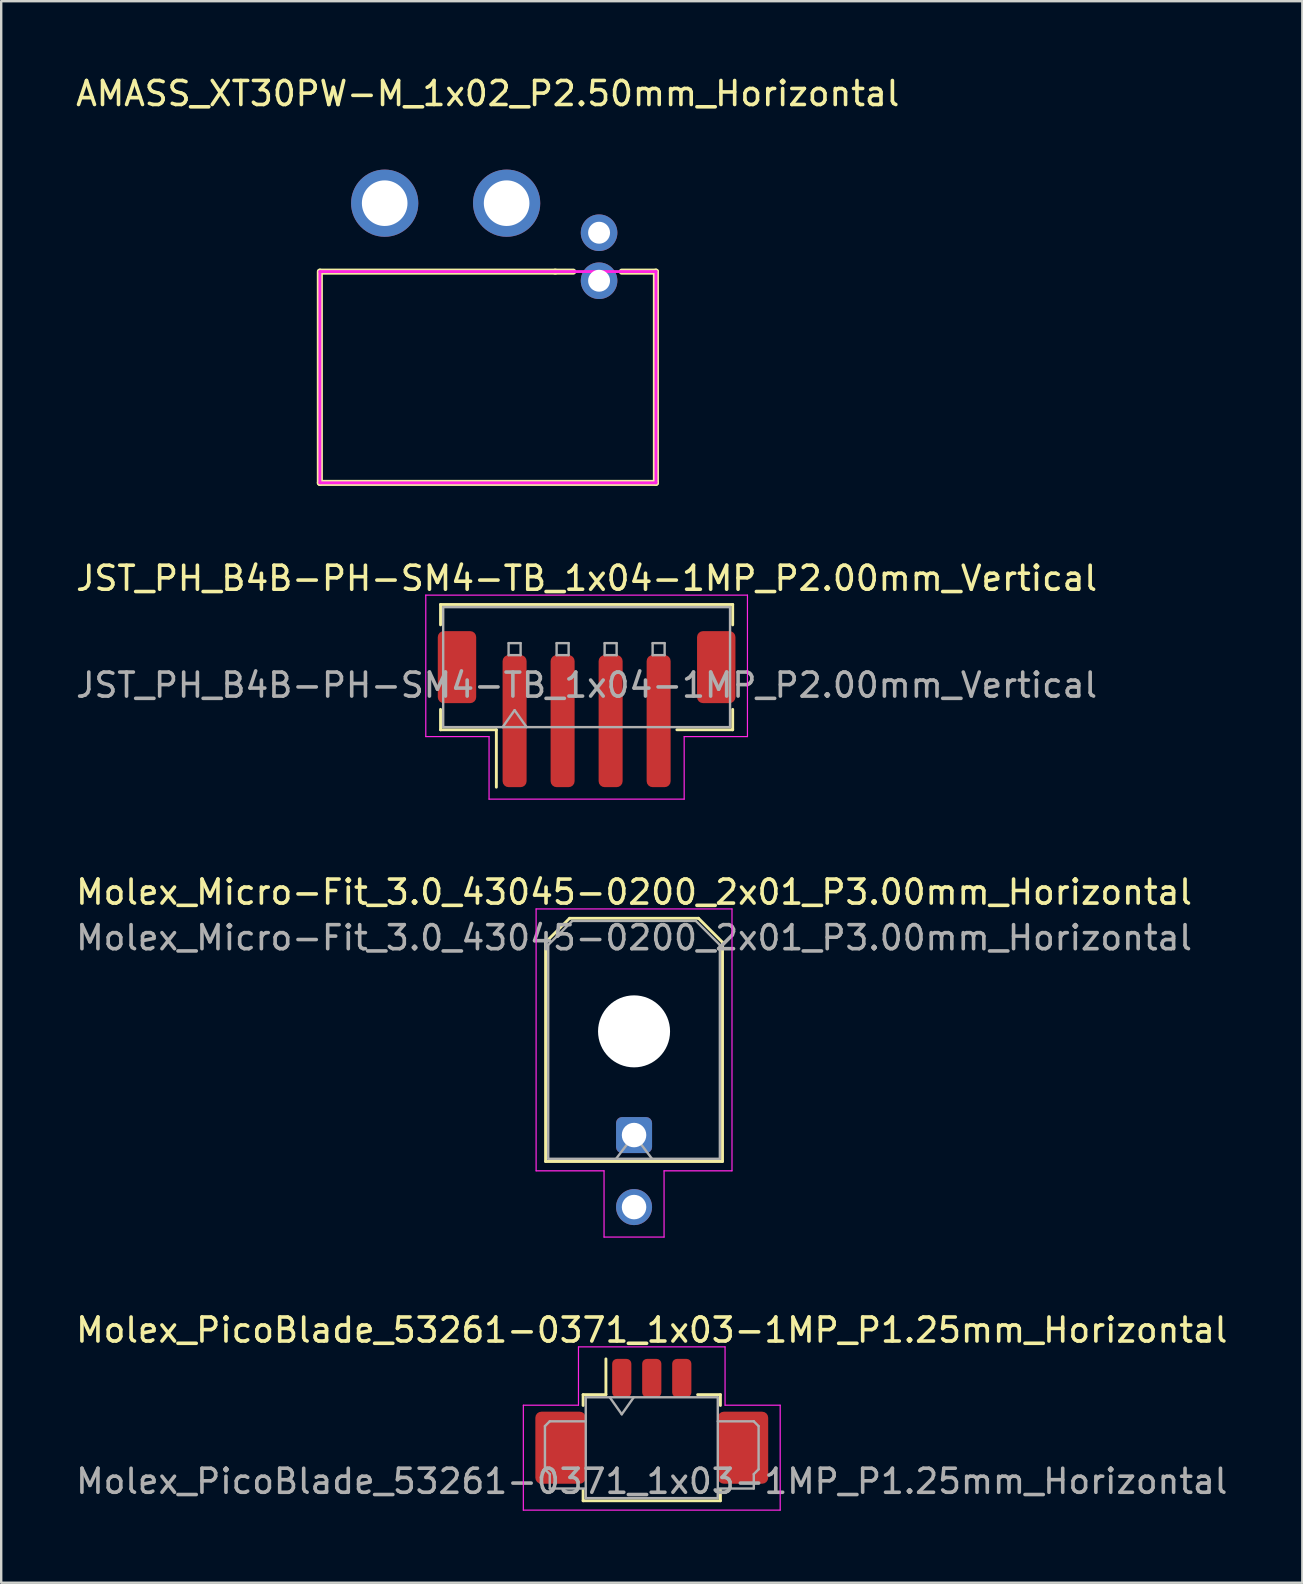
<source format=kicad_pcb>
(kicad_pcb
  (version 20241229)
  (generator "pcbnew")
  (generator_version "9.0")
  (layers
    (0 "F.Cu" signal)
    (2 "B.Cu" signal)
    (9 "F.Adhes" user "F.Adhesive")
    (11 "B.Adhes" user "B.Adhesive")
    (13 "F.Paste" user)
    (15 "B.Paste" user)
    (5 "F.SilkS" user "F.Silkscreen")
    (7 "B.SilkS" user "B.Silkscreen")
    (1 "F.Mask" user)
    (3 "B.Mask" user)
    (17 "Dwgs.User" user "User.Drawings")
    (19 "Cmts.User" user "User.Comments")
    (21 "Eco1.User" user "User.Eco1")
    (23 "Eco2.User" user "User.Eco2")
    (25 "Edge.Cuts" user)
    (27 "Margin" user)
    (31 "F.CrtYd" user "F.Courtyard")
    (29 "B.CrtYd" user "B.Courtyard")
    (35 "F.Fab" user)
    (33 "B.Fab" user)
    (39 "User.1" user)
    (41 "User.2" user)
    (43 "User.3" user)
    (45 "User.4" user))
  (footprint "AMASS_XT30PW-M_1x02_P2.50mm_Horizontal"
    (layer "F.Cu")
    (at 17.268 10.627)
    (property "Reference" "AMASS_XT30PW-M_1x02_P2.50mm_Horizontal" (at 0 -9.779 180) (layer "F.SilkS") (effects (font (size 1 1) (thickness 0.15))))
    (attr through_hole)
    (fp_line (start -6.994 6.439) (end -6.994 -2.362) (stroke (width 0.254) (type solid)) (layer "F.SilkS"))
    (fp_line (start 2.811 -2.362) (end -6.982 -2.362) (stroke (width 0.254) (type solid)) (layer "F.SilkS"))
    (fp_line (start 2.811 -2.362) (end 3.561 -2.362) (stroke (width 0.254) (type solid)) (layer "F.SilkS"))
    (fp_line (start 7.006 -2.362) (end 5.585 -2.362) (stroke (width 0.254) (type solid)) (layer "F.SilkS"))
    (fp_line (start 7.006 -2.362) (end 7.006 6.439) (stroke (width 0.254) (type solid)) (layer "F.SilkS"))
    (fp_line (start 7.006 6.439) (end -6.994 6.439) (stroke (width 0.254) (type solid)) (layer "F.SilkS"))
    (fp_line (start -5.067 -5.987) (end -3.518 -5.987) (stroke (width 0.12) (type solid)) (layer "Eco2.User"))
    (fp_circle (center -6.992 -5.987) (end -6.963 -5.987) (stroke (width 0.06) (type solid)) (fill no) (layer "Eco2.User"))
    (fp_line (start -6.992 -2.364) (end -6.992 6.436) (stroke (width 0.12) (type solid)) (layer "F.CrtYd"))
    (fp_line (start -6.992 6.436) (end 7.008 6.436) (stroke (width 0.12) (type solid)) (layer "F.CrtYd"))
    (fp_line (start 7.008 -2.364) (end -6.992 -2.364) (stroke (width 0.12) (type solid)) (layer "F.CrtYd"))
    (fp_line (start 7.008 6.436) (end 7.008 -2.364) (stroke (width 0.12) (type solid)) (layer "F.CrtYd"))
    (pad "1" thru_hole circle (at -4.293 -5.213) (size 2.8 2.8) (drill 1.9) (layers "*.Cu" "*.Mask"))
    (pad "2" thru_hole circle (at 0.787 -5.213) (size 2.8 2.8) (drill 1.9) (layers "*.Cu" "*.Mask"))
    (pad "3" thru_hole circle (at 4.638 -3.982) (size 1.524 1.524) (drill 0.914) (layers "*.Cu" "*.Mask"))
    (pad "4" thru_hole circle (at 4.638 -1.982) (size 1.524 1.524) (drill 0.914) (layers "*.Cu" "*.Mask")))
  (footprint "Molex_Micro-Fit_3.0_43045-0200_2x01_P3.00mm_Horizontal"
    (layer "F.Cu")
    (at 23.363 44.234)
    (property "Reference" "Molex_Micro-Fit_3.0_43045-0200_2x01_P3.00mm_Horizontal" (at 0 -10.12 0) (layer "F.SilkS") (effects (font (size 1 1) (thickness 0.15))))
    (attr through_hole)
    (fp_line (start -3.685 -8.03) (end -2.685 -9.03) (stroke (width 0.12) (type solid)) (layer "F.SilkS"))
    (fp_line (start -3.685 1.1) (end -3.685 -8.03) (stroke (width 0.12) (type solid)) (layer "F.SilkS"))
    (fp_line (start -2.685 -9.03) (end 2.685 -9.03) (stroke (width 0.12) (type solid)) (layer "F.SilkS"))
    (fp_line (start 2.685 -9.03) (end 3.685 -8.03) (stroke (width 0.12) (type solid)) (layer "F.SilkS"))
    (fp_line (start 3.685 -8.03) (end 3.685 1.1) (stroke (width 0.12) (type solid)) (layer "F.SilkS"))
    (fp_line (start 3.685 1.1) (end -3.685 1.1) (stroke (width 0.12) (type solid)) (layer "F.SilkS"))
    (fp_line (start -4.08 -9.42) (end 4.08 -9.42) (stroke (width 0.05) (type solid)) (layer "F.CrtYd"))
    (fp_line (start -4.08 1.49) (end -4.08 -9.42) (stroke (width 0.05) (type solid)) (layer "F.CrtYd"))
    (fp_line (start -1.25 1.49) (end -4.08 1.49) (stroke (width 0.05) (type solid)) (layer "F.CrtYd"))
    (fp_line (start -1.25 4.25) (end -1.25 1.49) (stroke (width 0.05) (type solid)) (layer "F.CrtYd"))
    (fp_line (start 1.25 1.49) (end 1.25 4.25) (stroke (width 0.05) (type solid)) (layer "F.CrtYd"))
    (fp_line (start 1.25 4.25) (end -1.25 4.25) (stroke (width 0.05) (type solid)) (layer "F.CrtYd"))
    (fp_line (start 4.08 -9.42) (end 4.08 1.49) (stroke (width 0.05) (type solid)) (layer "F.CrtYd"))
    (fp_line (start 4.08 1.49) (end 1.25 1.49) (stroke (width 0.05) (type solid)) (layer "F.CrtYd"))
    (fp_line (start -3.575 -7.92) (end -2.575 -8.92) (stroke (width 0.1) (type solid)) (layer "F.Fab"))
    (fp_line (start -3.575 0.99) (end -3.575 -7.92) (stroke (width 0.1) (type solid)) (layer "F.Fab"))
    (fp_line (start -2.575 -8.92) (end 2.575 -8.92) (stroke (width 0.1) (type solid)) (layer "F.Fab"))
    (fp_line (start -0.75 0.99) (end 0 0) (stroke (width 0.1) (type solid)) (layer "F.Fab"))
    (fp_line (start 0 0) (end 0.75 0.99) (stroke (width 0.1) (type solid)) (layer "F.Fab"))
    (fp_line (start 2.575 -8.92) (end 3.575 -7.92) (stroke (width 0.1) (type solid)) (layer "F.Fab"))
    (fp_line (start 3.575 -7.92) (end 3.575 0.99) (stroke (width 0.1) (type solid)) (layer "F.Fab"))
    (fp_line (start 3.575 0.99) (end -3.575 0.99) (stroke (width 0.1) (type solid)) (layer "F.Fab"))
    (fp_text user "${REFERENCE}" (at 0 -8.22 0) (layer "F.Fab") (effects (font (size 1 1) (thickness 0.15))))
    (pad "" np_thru_hole circle (at 0 -4.32) (size 3 3) (drill 3) (layers "*.Cu" "*.Mask"))
    (pad "1" thru_hole roundrect (at 0 0) (size 1.5 1.5) (drill 1.02) (layers "*.Cu" "*.Mask") (roundrect_rratio 0.167))
    (pad "2" thru_hole circle (at 0 3) (size 1.5 1.5) (drill 1.02) (layers "*.Cu" "*.Mask")))
  (footprint "Molex_PicoBlade_53261-0371_1x03-1MP_P1.25mm_Horizontal"
    (layer "F.Cu")
    (at 24.101 56.758)
    (property "Reference" "Molex_PicoBlade_53261-0371_1x03-1MP_P1.25mm_Horizontal" (at 0 -4.4 0) (layer "F.SilkS") (effects (font (size 1 1) (thickness 0.15))))
    (attr smd)
    (fp_line (start -2.86 -1.71) (end -1.91 -1.71) (stroke (width 0.12) (type solid)) (layer "F.SilkS"))
    (fp_line (start -2.86 -1.26) (end -2.86 -1.71) (stroke (width 0.12) (type solid)) (layer "F.SilkS"))
    (fp_line (start -2.86 2.26) (end -2.86 2.71) (stroke (width 0.12) (type solid)) (layer "F.SilkS"))
    (fp_line (start -2.86 2.71) (end 2.86 2.71) (stroke (width 0.12) (type solid)) (layer "F.SilkS"))
    (fp_line (start -1.91 -1.71) (end -1.91 -3.2) (stroke (width 0.12) (type solid)) (layer "F.SilkS"))
    (fp_line (start 2.86 -1.71) (end 1.91 -1.71) (stroke (width 0.12) (type solid)) (layer "F.SilkS"))
    (fp_line (start 2.86 -1.26) (end 2.86 -1.71) (stroke (width 0.12) (type solid)) (layer "F.SilkS"))
    (fp_line (start 2.86 2.71) (end 2.86 2.26) (stroke (width 0.12) (type solid)) (layer "F.SilkS"))
    (fp_line (start -5.35 -1.27) (end -5.35 3.1) (stroke (width 0.05) (type solid)) (layer "F.CrtYd"))
    (fp_line (start -5.35 3.1) (end 5.35 3.1) (stroke (width 0.05) (type solid)) (layer "F.CrtYd"))
    (fp_line (start -3.053 -3.7) (end -3.053 -1.27) (stroke (width 0.05) (type default)) (layer "F.CrtYd"))
    (fp_line (start -3.053 -1.27) (end -5.35 -1.27) (stroke (width 0.05) (type default)) (layer "F.CrtYd"))
    (fp_line (start 3.053 -3.7) (end -3.053 -3.7) (stroke (width 0.05) (type solid)) (layer "F.CrtYd"))
    (fp_line (start 3.053 -3.7) (end 3.053 -1.27) (stroke (width 0.05) (type default)) (layer "F.CrtYd"))
    (fp_line (start 3.053 -1.27) (end 5.35 -1.27) (stroke (width 0.05) (type default)) (layer "F.CrtYd"))
    (fp_line (start 5.35 3.1) (end 5.35 -1.27) (stroke (width 0.05) (type solid)) (layer "F.CrtYd"))
    (fp_line (start -4.45 -0.4) (end -4.45 1.4) (stroke (width 0.1) (type solid)) (layer "F.Fab"))
    (fp_line (start -4.45 1.4) (end -4.25 1.6) (stroke (width 0.1) (type solid)) (layer "F.Fab"))
    (fp_line (start -4.25 -0.6) (end -4.45 -0.4) (stroke (width 0.1) (type solid)) (layer "F.Fab"))
    (fp_line (start -4.25 1.6) (end -4.25 2.2) (stroke (width 0.1) (type solid)) (layer "F.Fab"))
    (fp_line (start -4.25 2.2) (end -2.75 2.2) (stroke (width 0.1) (type solid)) (layer "F.Fab"))
    (fp_line (start -2.75 -1.6) (end -2.75 2.6) (stroke (width 0.1) (type solid)) (layer "F.Fab"))
    (fp_line (start -2.75 -1.6) (end 2.75 -1.6) (stroke (width 0.1) (type solid)) (layer "F.Fab"))
    (fp_line (start -2.75 -0.6) (end -4.25 -0.6) (stroke (width 0.1) (type solid)) (layer "F.Fab"))
    (fp_line (start -2.75 2.6) (end 2.75 2.6) (stroke (width 0.1) (type solid)) (layer "F.Fab"))
    (fp_line (start -1.75 -1.6) (end -1.25 -0.893) (stroke (width 0.1) (type solid)) (layer "F.Fab"))
    (fp_line (start -1.25 -0.893) (end -0.75 -1.6) (stroke (width 0.1) (type solid)) (layer "F.Fab"))
    (fp_line (start 2.75 -1.6) (end 2.75 2.6) (stroke (width 0.1) (type solid)) (layer "F.Fab"))
    (fp_line (start 2.75 -0.6) (end 4.25 -0.6) (stroke (width 0.1) (type solid)) (layer "F.Fab"))
    (fp_line (start 4.25 -0.6) (end 4.45 -0.4) (stroke (width 0.1) (type solid)) (layer "F.Fab"))
    (fp_line (start 4.25 1.6) (end 4.25 2.2) (stroke (width 0.1) (type solid)) (layer "F.Fab"))
    (fp_line (start 4.25 2.2) (end 2.75 2.2) (stroke (width 0.1) (type solid)) (layer "F.Fab"))
    (fp_line (start 4.45 -0.4) (end 4.45 1.4) (stroke (width 0.1) (type solid)) (layer "F.Fab"))
    (fp_line (start 4.45 1.4) (end 4.25 1.6) (stroke (width 0.1) (type solid)) (layer "F.Fab"))
    (fp_text user "${REFERENCE}" (at 0 1.9 0) (layer "F.Fab") (effects (font (size 1 1) (thickness 0.15))))
    (pad "1" smd roundrect (at -1.25 -2.4) (size 0.8 1.6) (layers "F.Cu" "F.Mask" "F.Paste") (roundrect_rratio 0.25))
    (pad "2" smd roundrect (at 0 -2.4) (size 0.8 1.6) (layers "F.Cu" "F.Mask" "F.Paste") (roundrect_rratio 0.25))
    (pad "3" smd roundrect (at 1.25 -2.4) (size 0.8 1.6) (layers "F.Cu" "F.Mask" "F.Paste") (roundrect_rratio 0.25))
    (pad "MP" smd roundrect (at -3.8 0.5) (size 2.1 3) (layers "F.Cu" "F.Mask" "F.Paste") (roundrect_rratio 0.119))
    (pad "MP" smd roundrect (at 3.8 0.5) (size 2.1 3) (layers "F.Cu" "F.Mask" "F.Paste") (roundrect_rratio 0.119)))
  (footprint "JST_PH_B4B-PH-SM4-TB_1x04-1MP_P2.00mm_Vertical"
    (layer "F.Cu")
    (at 21.387 26.491)
    (property "Reference" "JST_PH_B4B-PH-SM4-TB_1x04-1MP_P2.00mm_Vertical" (at 0 -5.45 180) (layer "F.SilkS") (effects (font (size 1 1) (thickness 0.15))))
    (attr smd)
    (fp_line (start -6.085 -4.36) (end 6.085 -4.36) (stroke (width 0.12) (type solid)) (layer "F.SilkS"))
    (fp_line (start -6.085 -3.51) (end -6.085 -4.36) (stroke (width 0.12) (type solid)) (layer "F.SilkS"))
    (fp_line (start -6.085 0.01) (end -6.085 0.86) (stroke (width 0.12) (type solid)) (layer "F.SilkS"))
    (fp_line (start -6.085 0.86) (end -3.76 0.86) (stroke (width 0.12) (type solid)) (layer "F.SilkS"))
    (fp_line (start -3.76 0.86) (end -3.76 3.25) (stroke (width 0.12) (type solid)) (layer "F.SilkS"))
    (fp_line (start 6.085 -4.36) (end 6.085 -3.51) (stroke (width 0.12) (type solid)) (layer "F.SilkS"))
    (fp_line (start 6.085 0.01) (end 6.085 0.86) (stroke (width 0.12) (type solid)) (layer "F.SilkS"))
    (fp_line (start 6.085 0.86) (end 3.76 0.86) (stroke (width 0.12) (type solid)) (layer "F.SilkS"))
    (fp_line (start -6.7 -4.75) (end -6.7 1.143) (stroke (width 0.05) (type solid)) (layer "F.CrtYd"))
    (fp_line (start -6.7 1.143) (end -4.064 1.143) (stroke (width 0.05) (type default)) (layer "F.CrtYd"))
    (fp_line (start -4.064 1.143) (end -4.064 3.75) (stroke (width 0.05) (type default)) (layer "F.CrtYd"))
    (fp_line (start -4.064 3.75) (end 4.064 3.75) (stroke (width 0.05) (type solid)) (layer "F.CrtYd"))
    (fp_line (start 4.064 1.143) (end 4.064 3.75) (stroke (width 0.05) (type default)) (layer "F.CrtYd"))
    (fp_line (start 6.7 -4.75) (end -6.7 -4.75) (stroke (width 0.05) (type solid)) (layer "F.CrtYd"))
    (fp_line (start 6.7 1.143) (end 4.064 1.143) (stroke (width 0.05) (type default)) (layer "F.CrtYd"))
    (fp_line (start 6.7 1.143) (end 6.7 -4.75) (stroke (width 0.05) (type solid)) (layer "F.CrtYd"))
    (fp_line (start -5.975 -4.25) (end 5.975 -4.25) (stroke (width 0.1) (type solid)) (layer "F.Fab"))
    (fp_line (start -5.975 0.75) (end -5.975 -4.25) (stroke (width 0.1) (type solid)) (layer "F.Fab"))
    (fp_line (start -5.975 0.75) (end 5.975 0.75) (stroke (width 0.1) (type solid)) (layer "F.Fab"))
    (fp_line (start -3.5 0.75) (end -3 0.043) (stroke (width 0.1) (type solid)) (layer "F.Fab"))
    (fp_line (start -3.25 -2.75) (end -3.25 -2.25) (stroke (width 0.1) (type solid)) (layer "F.Fab"))
    (fp_line (start -3.25 -2.25) (end -2.75 -2.25) (stroke (width 0.1) (type solid)) (layer "F.Fab"))
    (fp_line (start -3 0.043) (end -2.5 0.75) (stroke (width 0.1) (type solid)) (layer "F.Fab"))
    (fp_line (start -2.75 -2.75) (end -3.25 -2.75) (stroke (width 0.1) (type solid)) (layer "F.Fab"))
    (fp_line (start -2.75 -2.25) (end -2.75 -2.75) (stroke (width 0.1) (type solid)) (layer "F.Fab"))
    (fp_line (start -1.25 -2.75) (end -1.25 -2.25) (stroke (width 0.1) (type solid)) (layer "F.Fab"))
    (fp_line (start -1.25 -2.25) (end -0.75 -2.25) (stroke (width 0.1) (type solid)) (layer "F.Fab"))
    (fp_line (start -0.75 -2.75) (end -1.25 -2.75) (stroke (width 0.1) (type solid)) (layer "F.Fab"))
    (fp_line (start -0.75 -2.25) (end -0.75 -2.75) (stroke (width 0.1) (type solid)) (layer "F.Fab"))
    (fp_line (start 0.75 -2.75) (end 0.75 -2.25) (stroke (width 0.1) (type solid)) (layer "F.Fab"))
    (fp_line (start 0.75 -2.25) (end 1.25 -2.25) (stroke (width 0.1) (type solid)) (layer "F.Fab"))
    (fp_line (start 1.25 -2.75) (end 0.75 -2.75) (stroke (width 0.1) (type solid)) (layer "F.Fab"))
    (fp_line (start 1.25 -2.25) (end 1.25 -2.75) (stroke (width 0.1) (type solid)) (layer "F.Fab"))
    (fp_line (start 2.75 -2.75) (end 2.75 -2.25) (stroke (width 0.1) (type solid)) (layer "F.Fab"))
    (fp_line (start 2.75 -2.25) (end 3.25 -2.25) (stroke (width 0.1) (type solid)) (layer "F.Fab"))
    (fp_line (start 3.25 -2.75) (end 2.75 -2.75) (stroke (width 0.1) (type solid)) (layer "F.Fab"))
    (fp_line (start 3.25 -2.25) (end 3.25 -2.75) (stroke (width 0.1) (type solid)) (layer "F.Fab"))
    (fp_line (start 5.975 0.75) (end 5.975 -4.25) (stroke (width 0.1) (type solid)) (layer "F.Fab"))
    (fp_text user "${REFERENCE}" (at 0 -1 180) (layer "F.Fab") (effects (font (size 1 1) (thickness 0.15))))
    (pad "1" smd roundrect (at -3 0.5 180) (size 1 5.5) (layers "F.Cu" "F.Mask" "F.Paste") (roundrect_rratio 0.25))
    (pad "2" smd roundrect (at -1 0.5 180) (size 1 5.5) (layers "F.Cu" "F.Mask" "F.Paste") (roundrect_rratio 0.25))
    (pad "3" smd roundrect (at 1 0.5 180) (size 1 5.5) (layers "F.Cu" "F.Mask" "F.Paste") (roundrect_rratio 0.25))
    (pad "4" smd roundrect (at 3 0.5 180) (size 1 5.5) (layers "F.Cu" "F.Mask" "F.Paste") (roundrect_rratio 0.25))
    (pad "MP" smd roundrect (at -5.4 -1.75 180) (size 1.6 3) (layers "F.Cu" "F.Mask" "F.Paste") (roundrect_rratio 0.156))
    (pad "MP" smd roundrect (at 5.4 -1.75 180) (size 1.6 3) (layers "F.Cu" "F.Mask" "F.Paste") (roundrect_rratio 0.156)))
  (gr_rect
    (start -3 -3)
    (end 51.202 62.883)
    (stroke (width 0.1) (type default))
    (fill no)
    (layer "Edge.Cuts")))
</source>
